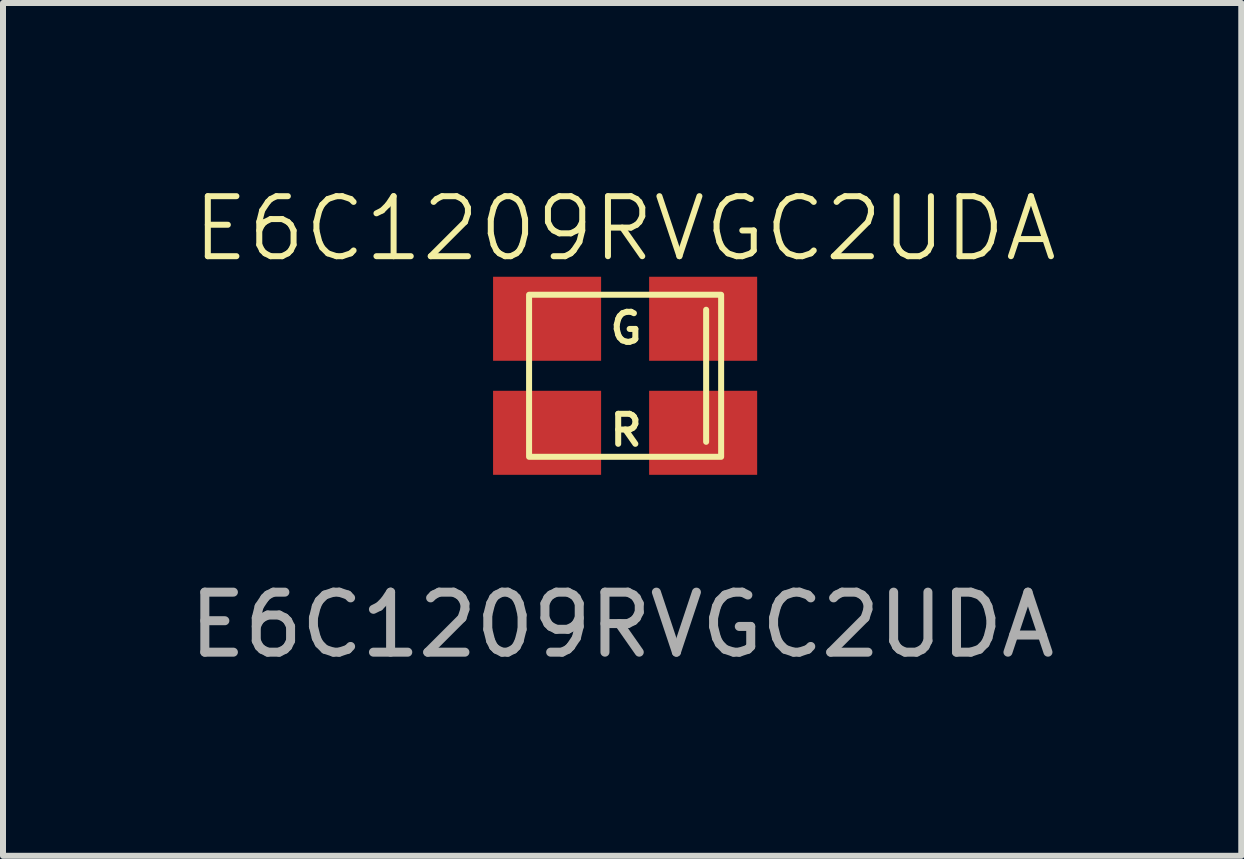
<source format=kicad_pcb>
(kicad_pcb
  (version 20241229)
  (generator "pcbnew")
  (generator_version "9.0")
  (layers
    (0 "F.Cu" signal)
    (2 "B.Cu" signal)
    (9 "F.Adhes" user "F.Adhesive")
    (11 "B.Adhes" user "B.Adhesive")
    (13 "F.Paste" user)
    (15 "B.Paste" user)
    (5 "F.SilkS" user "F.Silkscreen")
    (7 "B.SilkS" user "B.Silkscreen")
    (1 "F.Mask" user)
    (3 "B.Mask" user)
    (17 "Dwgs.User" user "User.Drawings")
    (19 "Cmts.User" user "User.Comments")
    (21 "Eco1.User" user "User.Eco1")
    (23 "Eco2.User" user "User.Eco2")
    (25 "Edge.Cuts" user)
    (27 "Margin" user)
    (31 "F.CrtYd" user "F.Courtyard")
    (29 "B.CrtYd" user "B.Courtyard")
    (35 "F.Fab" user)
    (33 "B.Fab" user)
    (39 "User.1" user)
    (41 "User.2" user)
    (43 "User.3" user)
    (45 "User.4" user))
  (footprint "E6C1209RVGC2UDA"
    (layer "F.Cu")
    (at 7.365 3.211)
    (property "Reference" "E6C1209RVGC2UDA" (at 0 -2.45 0) (unlocked yes) (layer "F.SilkS") (effects (font (size 1 1) (thickness 0.1))))
    (attr smd)
    (fp_line (start 1.35 -1.1) (end 1.35 1.1) (stroke (width 0.1) (type default)) (layer "F.SilkS"))
    (fp_rect (start -1.6 -1.35) (end 1.6 1.35) (stroke (width 0.1) (type default)) (fill no) (layer "F.SilkS"))
    (fp_text user "R" (at -0.3 1.2 0) (unlocked yes) (layer "F.SilkS") (effects (font (size 0.5 0.5) (thickness 0.1)) (justify left bottom)))
    (fp_text user "G" (at -0.3 -0.5 0) (unlocked yes) (layer "F.SilkS") (effects (font (size 0.5 0.5) (thickness 0.1)) (justify left bottom)))
    (fp_text user "${REFERENCE}" (at -0.05 4.15 0) (unlocked yes) (layer "F.Fab") (effects (font (size 1 1) (thickness 0.15))))
    (pad "1" smd rect (at -1.3 -0.95) (size 1.8 1.4) (layers "F.Cu" "F.Mask" "F.Paste"))
    (pad "2" smd rect (at 1.3 -0.95) (size 1.8 1.4) (layers "F.Cu" "F.Mask" "F.Paste"))
    (pad "3" smd rect (at -1.3 0.95) (size 1.8 1.4) (layers "F.Cu" "F.Mask" "F.Paste"))
    (pad "4" smd rect (at 1.3 0.95) (size 1.8 1.4) (layers "F.Cu" "F.Mask" "F.Paste")))
  (gr_rect
    (start -3 -3)
    (end 17.631 11.209)
    (stroke (width 0.1) (type default))
    (fill no)
    (layer "Edge.Cuts")))
</source>
